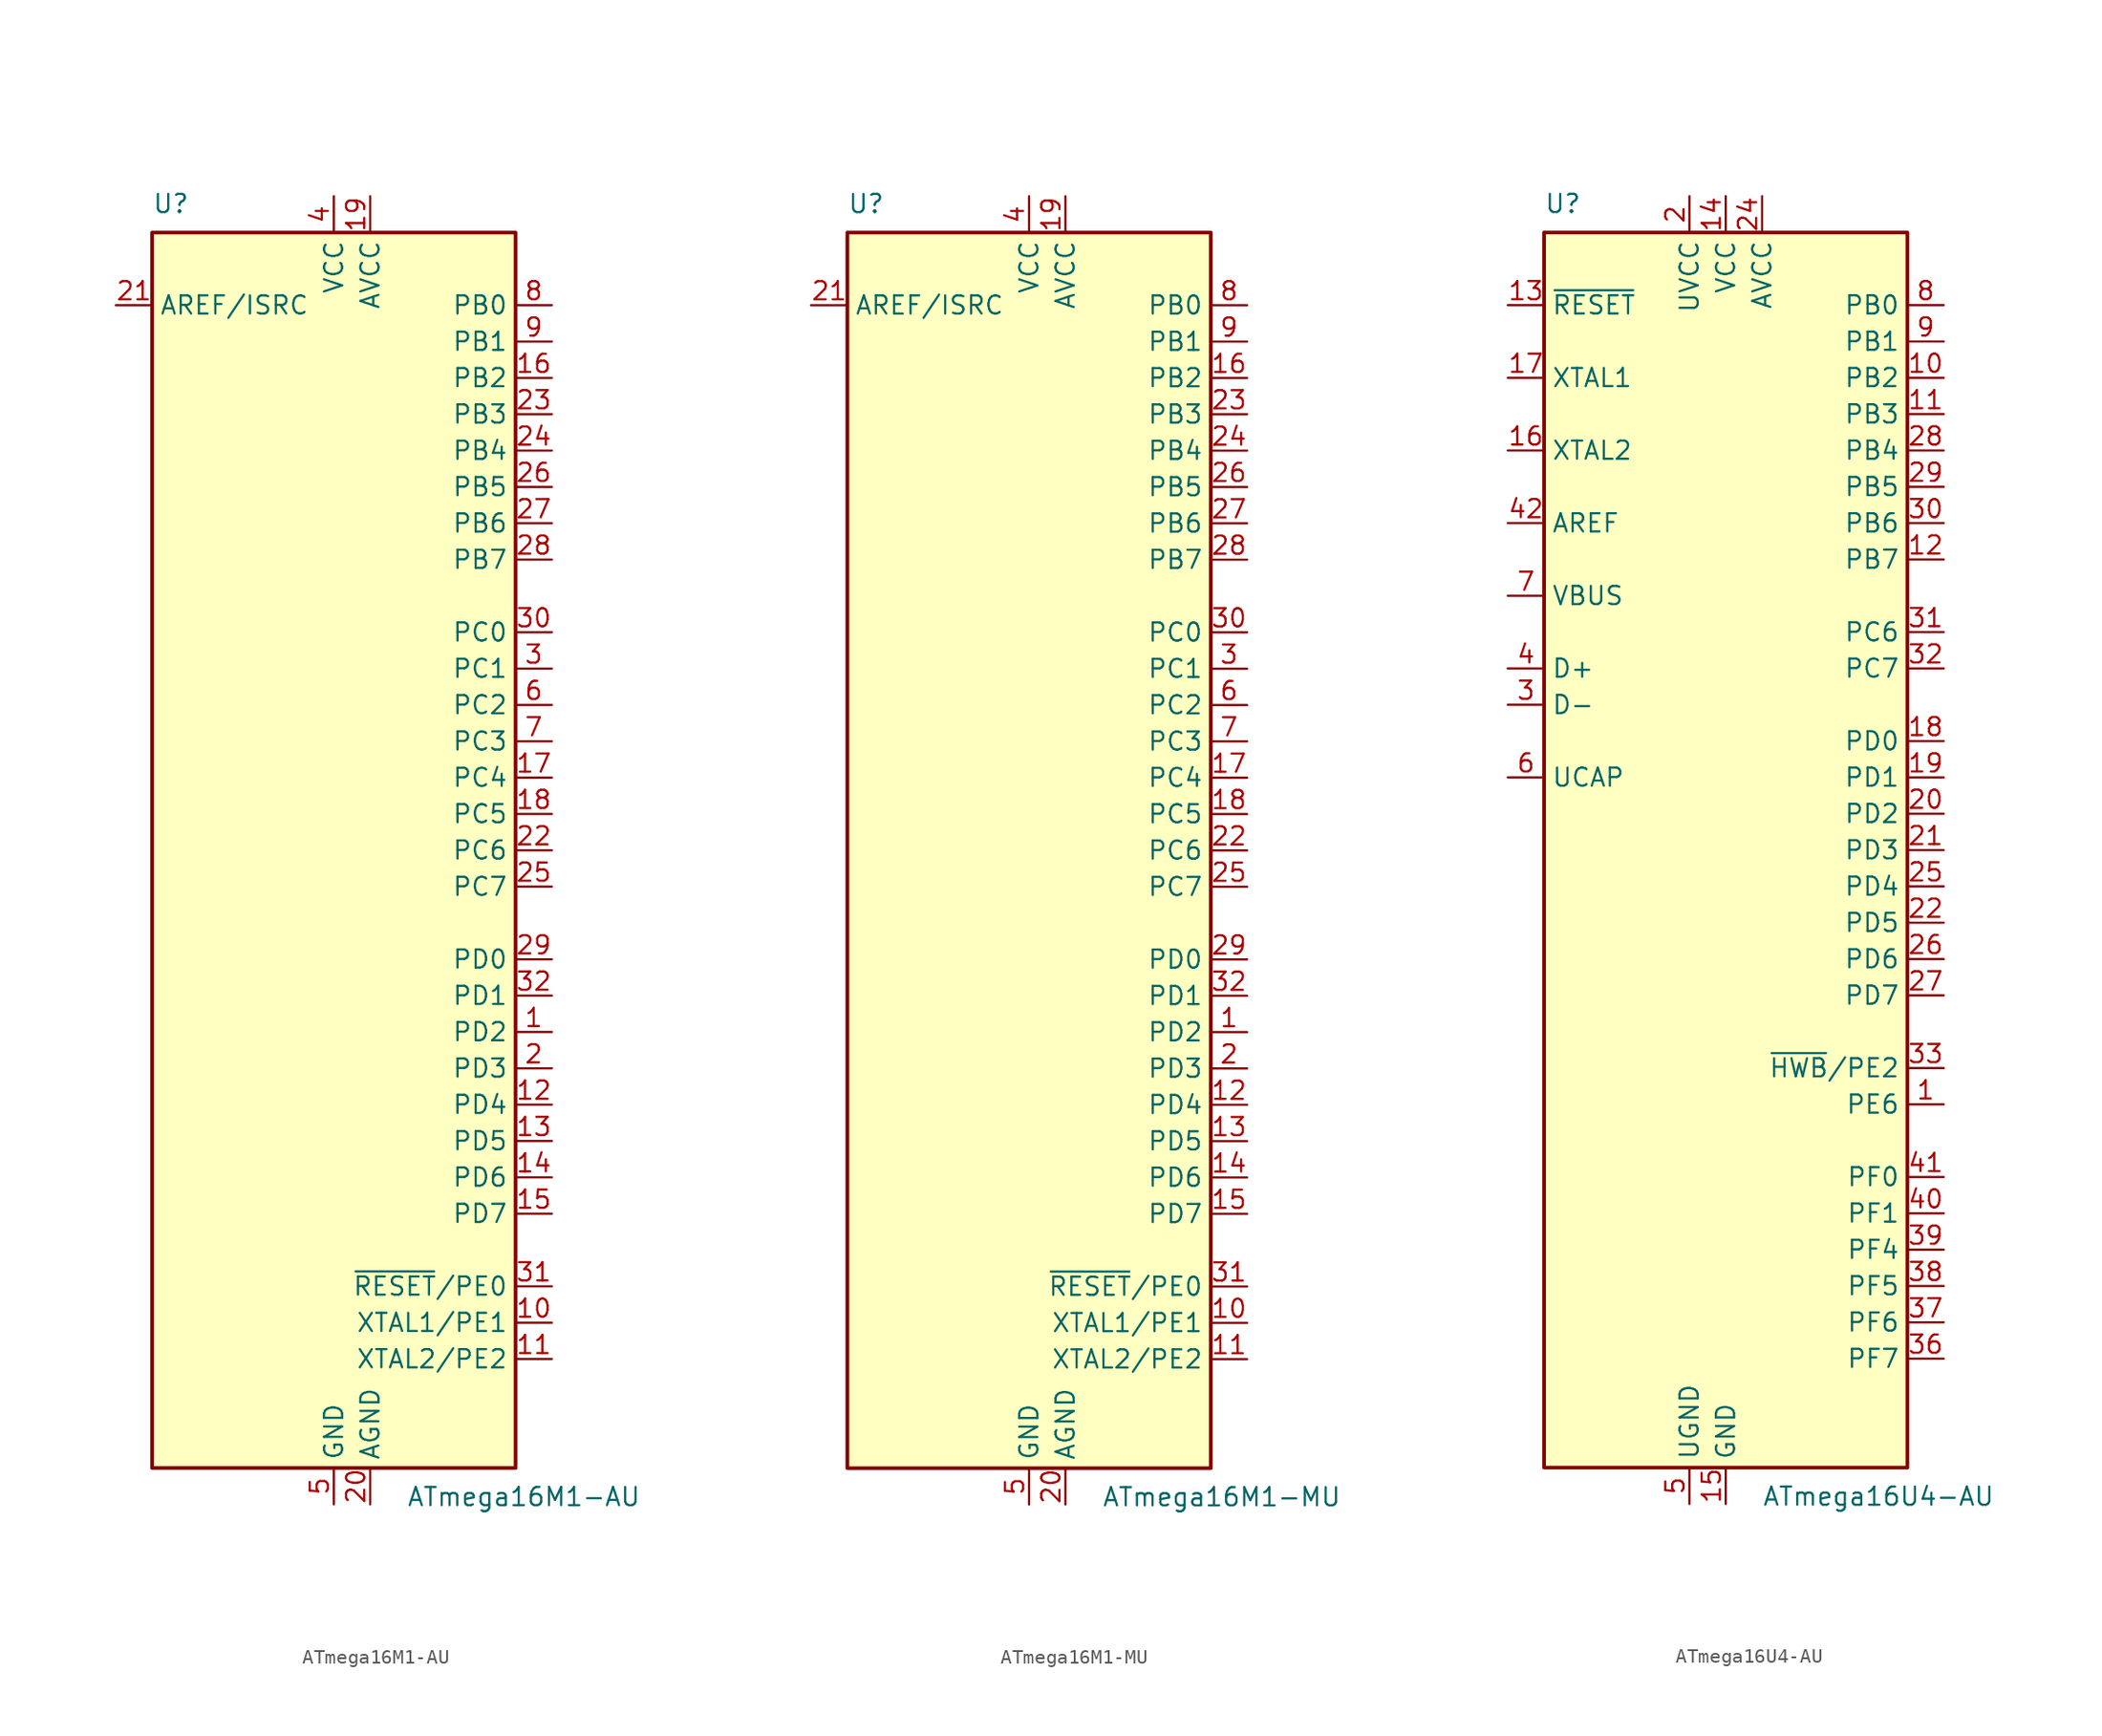
<source format=kicad_sym>
(kicad_symbol_lib
  (version 20201005)
  (generator kicad_symbol_editor)
  (symbol "ATmega16M1-AU"
    (property "Reference" "U"
      (at -12.7 44.45 0)
      (effects (font (size 1.27 1.27)) (justify left bottom)))
    (property "Value" "ATmega16M1-AU"
      (at 5.08 -44.45 0)
      (effects (font (size 1.27 1.27)) (justify left top)))
    (symbol "ATmega16M1-AU_0_1"
      (rectangle (start -12.7 -43.18) (end 12.7 43.18) (stroke (width 0.254)) (fill (type background))))
    (symbol "ATmega16M1-AU_1_1"
      (pin tri_state line (at 15.24 -12.7 180) (length 2.54) (name "PD2" (effects (font (size 1.27 1.27)))) (number "1" (effects (font (size 1.27 1.27)))))
      (pin tri_state line (at 15.24 -33.02 180) (length 2.54) (name "XTAL1/PE1" (effects (font (size 1.27 1.27)))) (number "10" (effects (font (size 1.27 1.27)))))
      (pin tri_state line (at 15.24 -35.56 180) (length 2.54) (name "XTAL2/PE2" (effects (font (size 1.27 1.27)))) (number "11" (effects (font (size 1.27 1.27)))))
      (pin tri_state line (at 15.24 -17.78 180) (length 2.54) (name "PD4" (effects (font (size 1.27 1.27)))) (number "12" (effects (font (size 1.27 1.27)))))
      (pin tri_state line (at 15.24 -20.32 180) (length 2.54) (name "PD5" (effects (font (size 1.27 1.27)))) (number "13" (effects (font (size 1.27 1.27)))))
      (pin tri_state line (at 15.24 -22.86 180) (length 2.54) (name "PD6" (effects (font (size 1.27 1.27)))) (number "14" (effects (font (size 1.27 1.27)))))
      (pin tri_state line (at 15.24 -25.4 180) (length 2.54) (name "PD7" (effects (font (size 1.27 1.27)))) (number "15" (effects (font (size 1.27 1.27)))))
      (pin tri_state line (at 15.24 33.02 180) (length 2.54) (name "PB2" (effects (font (size 1.27 1.27)))) (number "16" (effects (font (size 1.27 1.27)))))
      (pin tri_state line (at 15.24 5.08 180) (length 2.54) (name "PC4" (effects (font (size 1.27 1.27)))) (number "17" (effects (font (size 1.27 1.27)))))
      (pin tri_state line (at 15.24 2.54 180) (length 2.54) (name "PC5" (effects (font (size 1.27 1.27)))) (number "18" (effects (font (size 1.27 1.27)))))
      (pin power_in line (at 2.54 45.72 270) (length 2.54) (name "AVCC" (effects (font (size 1.27 1.27)))) (number "19" (effects (font (size 1.27 1.27)))))
      (pin tri_state line (at 15.24 -15.24 180) (length 2.54) (name "PD3" (effects (font (size 1.27 1.27)))) (number "2" (effects (font (size 1.27 1.27)))))
      (pin power_in line (at 2.54 -45.72 90) (length 2.54) (name "AGND" (effects (font (size 1.27 1.27)))) (number "20" (effects (font (size 1.27 1.27)))))
      (pin passive line (at -15.24 38.1 0) (length 2.54) (name "AREF/ISRC" (effects (font (size 1.27 1.27)))) (number "21" (effects (font (size 1.27 1.27)))))
      (pin tri_state line (at 15.24 0 180) (length 2.54) (name "PC6" (effects (font (size 1.27 1.27)))) (number "22" (effects (font (size 1.27 1.27)))))
      (pin tri_state line (at 15.24 30.48 180) (length 2.54) (name "PB3" (effects (font (size 1.27 1.27)))) (number "23" (effects (font (size 1.27 1.27)))))
      (pin tri_state line (at 15.24 27.94 180) (length 2.54) (name "PB4" (effects (font (size 1.27 1.27)))) (number "24" (effects (font (size 1.27 1.27)))))
      (pin tri_state line (at 15.24 -2.54 180) (length 2.54) (name "PC7" (effects (font (size 1.27 1.27)))) (number "25" (effects (font (size 1.27 1.27)))))
      (pin tri_state line (at 15.24 25.4 180) (length 2.54) (name "PB5" (effects (font (size 1.27 1.27)))) (number "26" (effects (font (size 1.27 1.27)))))
      (pin tri_state line (at 15.24 22.86 180) (length 2.54) (name "PB6" (effects (font (size 1.27 1.27)))) (number "27" (effects (font (size 1.27 1.27)))))
      (pin tri_state line (at 15.24 20.32 180) (length 2.54) (name "PB7" (effects (font (size 1.27 1.27)))) (number "28" (effects (font (size 1.27 1.27)))))
      (pin tri_state line (at 15.24 -7.62 180) (length 2.54) (name "PD0" (effects (font (size 1.27 1.27)))) (number "29" (effects (font (size 1.27 1.27)))))
      (pin tri_state line (at 15.24 12.7 180) (length 2.54) (name "PC1" (effects (font (size 1.27 1.27)))) (number "3" (effects (font (size 1.27 1.27)))))
      (pin tri_state line (at 15.24 15.24 180) (length 2.54) (name "PC0" (effects (font (size 1.27 1.27)))) (number "30" (effects (font (size 1.27 1.27)))))
      (pin tri_state line (at 15.24 -30.48 180) (length 2.54) (name "~RESET~/PE0" (effects (font (size 1.27 1.27)))) (number "31" (effects (font (size 1.27 1.27)))))
      (pin tri_state line (at 15.24 -10.16 180) (length 2.54) (name "PD1" (effects (font (size 1.27 1.27)))) (number "32" (effects (font (size 1.27 1.27)))))
      (pin power_in line (at 0 45.72 270) (length 2.54) (name "VCC" (effects (font (size 1.27 1.27)))) (number "4" (effects (font (size 1.27 1.27)))))
      (pin power_in line (at 0 -45.72 90) (length 2.54) (name "GND" (effects (font (size 1.27 1.27)))) (number "5" (effects (font (size 1.27 1.27)))))
      (pin tri_state line (at 15.24 10.16 180) (length 2.54) (name "PC2" (effects (font (size 1.27 1.27)))) (number "6" (effects (font (size 1.27 1.27)))))
      (pin tri_state line (at 15.24 7.62 180) (length 2.54) (name "PC3" (effects (font (size 1.27 1.27)))) (number "7" (effects (font (size 1.27 1.27)))))
      (pin tri_state line (at 15.24 38.1 180) (length 2.54) (name "PB0" (effects (font (size 1.27 1.27)))) (number "8" (effects (font (size 1.27 1.27)))))
      (pin tri_state line (at 15.24 35.56 180) (length 2.54) (name "PB1" (effects (font (size 1.27 1.27)))) (number "9" (effects (font (size 1.27 1.27)))))))
  (symbol "ATmega16M1-MU"
    (property "Reference" "U"
      (at -12.7 44.45 0)
      (effects (font (size 1.27 1.27)) (justify left bottom)))
    (property "Value" "ATmega16M1-MU"
      (at 5.08 -44.45 0)
      (effects (font (size 1.27 1.27)) (justify left top)))
    (symbol "ATmega16M1-MU_0_1"
      (rectangle (start -12.7 -43.18) (end 12.7 43.18) (stroke (width 0.254)) (fill (type background))))
    (symbol "ATmega16M1-MU_1_1"
      (pin tri_state line (at 15.24 -12.7 180) (length 2.54) (name "PD2" (effects (font (size 1.27 1.27)))) (number "1" (effects (font (size 1.27 1.27)))))
      (pin tri_state line (at 15.24 -33.02 180) (length 2.54) (name "XTAL1/PE1" (effects (font (size 1.27 1.27)))) (number "10" (effects (font (size 1.27 1.27)))))
      (pin tri_state line (at 15.24 -35.56 180) (length 2.54) (name "XTAL2/PE2" (effects (font (size 1.27 1.27)))) (number "11" (effects (font (size 1.27 1.27)))))
      (pin tri_state line (at 15.24 -17.78 180) (length 2.54) (name "PD4" (effects (font (size 1.27 1.27)))) (number "12" (effects (font (size 1.27 1.27)))))
      (pin tri_state line (at 15.24 -20.32 180) (length 2.54) (name "PD5" (effects (font (size 1.27 1.27)))) (number "13" (effects (font (size 1.27 1.27)))))
      (pin tri_state line (at 15.24 -22.86 180) (length 2.54) (name "PD6" (effects (font (size 1.27 1.27)))) (number "14" (effects (font (size 1.27 1.27)))))
      (pin tri_state line (at 15.24 -25.4 180) (length 2.54) (name "PD7" (effects (font (size 1.27 1.27)))) (number "15" (effects (font (size 1.27 1.27)))))
      (pin tri_state line (at 15.24 33.02 180) (length 2.54) (name "PB2" (effects (font (size 1.27 1.27)))) (number "16" (effects (font (size 1.27 1.27)))))
      (pin tri_state line (at 15.24 5.08 180) (length 2.54) (name "PC4" (effects (font (size 1.27 1.27)))) (number "17" (effects (font (size 1.27 1.27)))))
      (pin tri_state line (at 15.24 2.54 180) (length 2.54) (name "PC5" (effects (font (size 1.27 1.27)))) (number "18" (effects (font (size 1.27 1.27)))))
      (pin power_in line (at 2.54 45.72 270) (length 2.54) (name "AVCC" (effects (font (size 1.27 1.27)))) (number "19" (effects (font (size 1.27 1.27)))))
      (pin tri_state line (at 15.24 -15.24 180) (length 2.54) (name "PD3" (effects (font (size 1.27 1.27)))) (number "2" (effects (font (size 1.27 1.27)))))
      (pin power_in line (at 2.54 -45.72 90) (length 2.54) (name "AGND" (effects (font (size 1.27 1.27)))) (number "20" (effects (font (size 1.27 1.27)))))
      (pin passive line (at -15.24 38.1 0) (length 2.54) (name "AREF/ISRC" (effects (font (size 1.27 1.27)))) (number "21" (effects (font (size 1.27 1.27)))))
      (pin tri_state line (at 15.24 0 180) (length 2.54) (name "PC6" (effects (font (size 1.27 1.27)))) (number "22" (effects (font (size 1.27 1.27)))))
      (pin tri_state line (at 15.24 30.48 180) (length 2.54) (name "PB3" (effects (font (size 1.27 1.27)))) (number "23" (effects (font (size 1.27 1.27)))))
      (pin tri_state line (at 15.24 27.94 180) (length 2.54) (name "PB4" (effects (font (size 1.27 1.27)))) (number "24" (effects (font (size 1.27 1.27)))))
      (pin tri_state line (at 15.24 -2.54 180) (length 2.54) (name "PC7" (effects (font (size 1.27 1.27)))) (number "25" (effects (font (size 1.27 1.27)))))
      (pin tri_state line (at 15.24 25.4 180) (length 2.54) (name "PB5" (effects (font (size 1.27 1.27)))) (number "26" (effects (font (size 1.27 1.27)))))
      (pin tri_state line (at 15.24 22.86 180) (length 2.54) (name "PB6" (effects (font (size 1.27 1.27)))) (number "27" (effects (font (size 1.27 1.27)))))
      (pin tri_state line (at 15.24 20.32 180) (length 2.54) (name "PB7" (effects (font (size 1.27 1.27)))) (number "28" (effects (font (size 1.27 1.27)))))
      (pin tri_state line (at 15.24 -7.62 180) (length 2.54) (name "PD0" (effects (font (size 1.27 1.27)))) (number "29" (effects (font (size 1.27 1.27)))))
      (pin tri_state line (at 15.24 12.7 180) (length 2.54) (name "PC1" (effects (font (size 1.27 1.27)))) (number "3" (effects (font (size 1.27 1.27)))))
      (pin tri_state line (at 15.24 15.24 180) (length 2.54) (name "PC0" (effects (font (size 1.27 1.27)))) (number "30" (effects (font (size 1.27 1.27)))))
      (pin tri_state line (at 15.24 -30.48 180) (length 2.54) (name "~RESET~/PE0" (effects (font (size 1.27 1.27)))) (number "31" (effects (font (size 1.27 1.27)))))
      (pin tri_state line (at 15.24 -10.16 180) (length 2.54) (name "PD1" (effects (font (size 1.27 1.27)))) (number "32" (effects (font (size 1.27 1.27)))))
      (pin passive line (at 0 -45.72 90) (length 2.54) hide (name "GND" (effects (font (size 1.27 1.27)))) (number "33" (effects (font (size 1.27 1.27)))))
      (pin power_in line (at 0 45.72 270) (length 2.54) (name "VCC" (effects (font (size 1.27 1.27)))) (number "4" (effects (font (size 1.27 1.27)))))
      (pin power_in line (at 0 -45.72 90) (length 2.54) (name "GND" (effects (font (size 1.27 1.27)))) (number "5" (effects (font (size 1.27 1.27)))))
      (pin tri_state line (at 15.24 10.16 180) (length 2.54) (name "PC2" (effects (font (size 1.27 1.27)))) (number "6" (effects (font (size 1.27 1.27)))))
      (pin tri_state line (at 15.24 7.62 180) (length 2.54) (name "PC3" (effects (font (size 1.27 1.27)))) (number "7" (effects (font (size 1.27 1.27)))))
      (pin tri_state line (at 15.24 38.1 180) (length 2.54) (name "PB0" (effects (font (size 1.27 1.27)))) (number "8" (effects (font (size 1.27 1.27)))))
      (pin tri_state line (at 15.24 35.56 180) (length 2.54) (name "PB1" (effects (font (size 1.27 1.27)))) (number "9" (effects (font (size 1.27 1.27)))))))
  (symbol "ATmega16U4-AU"
    (property "Reference" "U"
      (at -12.7 44.45 0)
      (effects (font (size 1.27 1.27)) (justify left bottom)))
    (property "Value" "ATmega16U4-AU"
      (at 2.54 -44.45 0)
      (effects (font (size 1.27 1.27)) (justify left top)))
    (symbol "ATmega16U4-AU_0_1"
      (rectangle (start -12.7 -43.18) (end 12.7 43.18) (stroke (width 0.254)) (fill (type background))))
    (symbol "ATmega16U4-AU_1_1"
      (pin tri_state line (at 15.24 -17.78 180) (length 2.54) (name "PE6" (effects (font (size 1.27 1.27)))) (number "1" (effects (font (size 1.27 1.27)))))
      (pin tri_state line (at 15.24 33.02 180) (length 2.54) (name "PB2" (effects (font (size 1.27 1.27)))) (number "10" (effects (font (size 1.27 1.27)))))
      (pin tri_state line (at 15.24 30.48 180) (length 2.54) (name "PB3" (effects (font (size 1.27 1.27)))) (number "11" (effects (font (size 1.27 1.27)))))
      (pin tri_state line (at 15.24 20.32 180) (length 2.54) (name "PB7" (effects (font (size 1.27 1.27)))) (number "12" (effects (font (size 1.27 1.27)))))
      (pin input line (at -15.24 38.1 0) (length 2.54) (name "~RESET" (effects (font (size 1.27 1.27)))) (number "13" (effects (font (size 1.27 1.27)))))
      (pin power_in line (at 0 45.72 270) (length 2.54) (name "VCC" (effects (font (size 1.27 1.27)))) (number "14" (effects (font (size 1.27 1.27)))))
      (pin power_in line (at 0 -45.72 90) (length 2.54) (name "GND" (effects (font (size 1.27 1.27)))) (number "15" (effects (font (size 1.27 1.27)))))
      (pin output line (at -15.24 27.94 0) (length 2.54) (name "XTAL2" (effects (font (size 1.27 1.27)))) (number "16" (effects (font (size 1.27 1.27)))))
      (pin input line (at -15.24 33.02 0) (length 2.54) (name "XTAL1" (effects (font (size 1.27 1.27)))) (number "17" (effects (font (size 1.27 1.27)))))
      (pin tri_state line (at 15.24 7.62 180) (length 2.54) (name "PD0" (effects (font (size 1.27 1.27)))) (number "18" (effects (font (size 1.27 1.27)))))
      (pin tri_state line (at 15.24 5.08 180) (length 2.54) (name "PD1" (effects (font (size 1.27 1.27)))) (number "19" (effects (font (size 1.27 1.27)))))
      (pin power_in line (at -2.54 45.72 270) (length 2.54) (name "UVCC" (effects (font (size 1.27 1.27)))) (number "2" (effects (font (size 1.27 1.27)))))
      (pin tri_state line (at 15.24 2.54 180) (length 2.54) (name "PD2" (effects (font (size 1.27 1.27)))) (number "20" (effects (font (size 1.27 1.27)))))
      (pin tri_state line (at 15.24 0 180) (length 2.54) (name "PD3" (effects (font (size 1.27 1.27)))) (number "21" (effects (font (size 1.27 1.27)))))
      (pin tri_state line (at 15.24 -5.08 180) (length 2.54) (name "PD5" (effects (font (size 1.27 1.27)))) (number "22" (effects (font (size 1.27 1.27)))))
      (pin passive line (at 0 -45.72 90) (length 2.54) hide (name "GND" (effects (font (size 1.27 1.27)))) (number "23" (effects (font (size 1.27 1.27)))))
      (pin power_in line (at 2.54 45.72 270) (length 2.54) (name "AVCC" (effects (font (size 1.27 1.27)))) (number "24" (effects (font (size 1.27 1.27)))))
      (pin tri_state line (at 15.24 -2.54 180) (length 2.54) (name "PD4" (effects (font (size 1.27 1.27)))) (number "25" (effects (font (size 1.27 1.27)))))
      (pin tri_state line (at 15.24 -7.62 180) (length 2.54) (name "PD6" (effects (font (size 1.27 1.27)))) (number "26" (effects (font (size 1.27 1.27)))))
      (pin tri_state line (at 15.24 -10.16 180) (length 2.54) (name "PD7" (effects (font (size 1.27 1.27)))) (number "27" (effects (font (size 1.27 1.27)))))
      (pin tri_state line (at 15.24 27.94 180) (length 2.54) (name "PB4" (effects (font (size 1.27 1.27)))) (number "28" (effects (font (size 1.27 1.27)))))
      (pin tri_state line (at 15.24 25.4 180) (length 2.54) (name "PB5" (effects (font (size 1.27 1.27)))) (number "29" (effects (font (size 1.27 1.27)))))
      (pin bidirectional line (at -15.24 10.16 0) (length 2.54) (name "D-" (effects (font (size 1.27 1.27)))) (number "3" (effects (font (size 1.27 1.27)))))
      (pin tri_state line (at 15.24 22.86 180) (length 2.54) (name "PB6" (effects (font (size 1.27 1.27)))) (number "30" (effects (font (size 1.27 1.27)))))
      (pin tri_state line (at 15.24 15.24 180) (length 2.54) (name "PC6" (effects (font (size 1.27 1.27)))) (number "31" (effects (font (size 1.27 1.27)))))
      (pin tri_state line (at 15.24 12.7 180) (length 2.54) (name "PC7" (effects (font (size 1.27 1.27)))) (number "32" (effects (font (size 1.27 1.27)))))
      (pin tri_state line (at 15.24 -15.24 180) (length 2.54) (name "~HWB~/PE2" (effects (font (size 1.27 1.27)))) (number "33" (effects (font (size 1.27 1.27)))))
      (pin passive line (at 0 45.72 270) (length 2.54) hide (name "VCC" (effects (font (size 1.27 1.27)))) (number "34" (effects (font (size 1.27 1.27)))))
      (pin passive line (at 0 -45.72 90) (length 2.54) hide (name "GND" (effects (font (size 1.27 1.27)))) (number "35" (effects (font (size 1.27 1.27)))))
      (pin tri_state line (at 15.24 -35.56 180) (length 2.54) (name "PF7" (effects (font (size 1.27 1.27)))) (number "36" (effects (font (size 1.27 1.27)))))
      (pin tri_state line (at 15.24 -33.02 180) (length 2.54) (name "PF6" (effects (font (size 1.27 1.27)))) (number "37" (effects (font (size 1.27 1.27)))))
      (pin tri_state line (at 15.24 -30.48 180) (length 2.54) (name "PF5" (effects (font (size 1.27 1.27)))) (number "38" (effects (font (size 1.27 1.27)))))
      (pin tri_state line (at 15.24 -27.94 180) (length 2.54) (name "PF4" (effects (font (size 1.27 1.27)))) (number "39" (effects (font (size 1.27 1.27)))))
      (pin bidirectional line (at -15.24 12.7 0) (length 2.54) (name "D+" (effects (font (size 1.27 1.27)))) (number "4" (effects (font (size 1.27 1.27)))))
      (pin tri_state line (at 15.24 -25.4 180) (length 2.54) (name "PF1" (effects (font (size 1.27 1.27)))) (number "40" (effects (font (size 1.27 1.27)))))
      (pin tri_state line (at 15.24 -22.86 180) (length 2.54) (name "PF0" (effects (font (size 1.27 1.27)))) (number "41" (effects (font (size 1.27 1.27)))))
      (pin passive line (at -15.24 22.86 0) (length 2.54) (name "AREF" (effects (font (size 1.27 1.27)))) (number "42" (effects (font (size 1.27 1.27)))))
      (pin passive line (at 0 -45.72 90) (length 2.54) hide (name "GND" (effects (font (size 1.27 1.27)))) (number "43" (effects (font (size 1.27 1.27)))))
      (pin passive line (at 2.54 45.72 270) (length 2.54) hide (name "AVCC" (effects (font (size 1.27 1.27)))) (number "44" (effects (font (size 1.27 1.27)))))
      (pin passive line (at -2.54 -45.72 90) (length 2.54) (name "UGND" (effects (font (size 1.27 1.27)))) (number "5" (effects (font (size 1.27 1.27)))))
      (pin passive line (at -15.24 5.08 0) (length 2.54) (name "UCAP" (effects (font (size 1.27 1.27)))) (number "6" (effects (font (size 1.27 1.27)))))
      (pin input line (at -15.24 17.78 0) (length 2.54) (name "VBUS" (effects (font (size 1.27 1.27)))) (number "7" (effects (font (size 1.27 1.27)))))
      (pin tri_state line (at 15.24 38.1 180) (length 2.54) (name "PB0" (effects (font (size 1.27 1.27)))) (number "8" (effects (font (size 1.27 1.27)))))
      (pin tri_state line (at 15.24 35.56 180) (length 2.54) (name "PB1" (effects (font (size 1.27 1.27)))) (number "9" (effects (font (size 1.27 1.27))))))))
</source>
